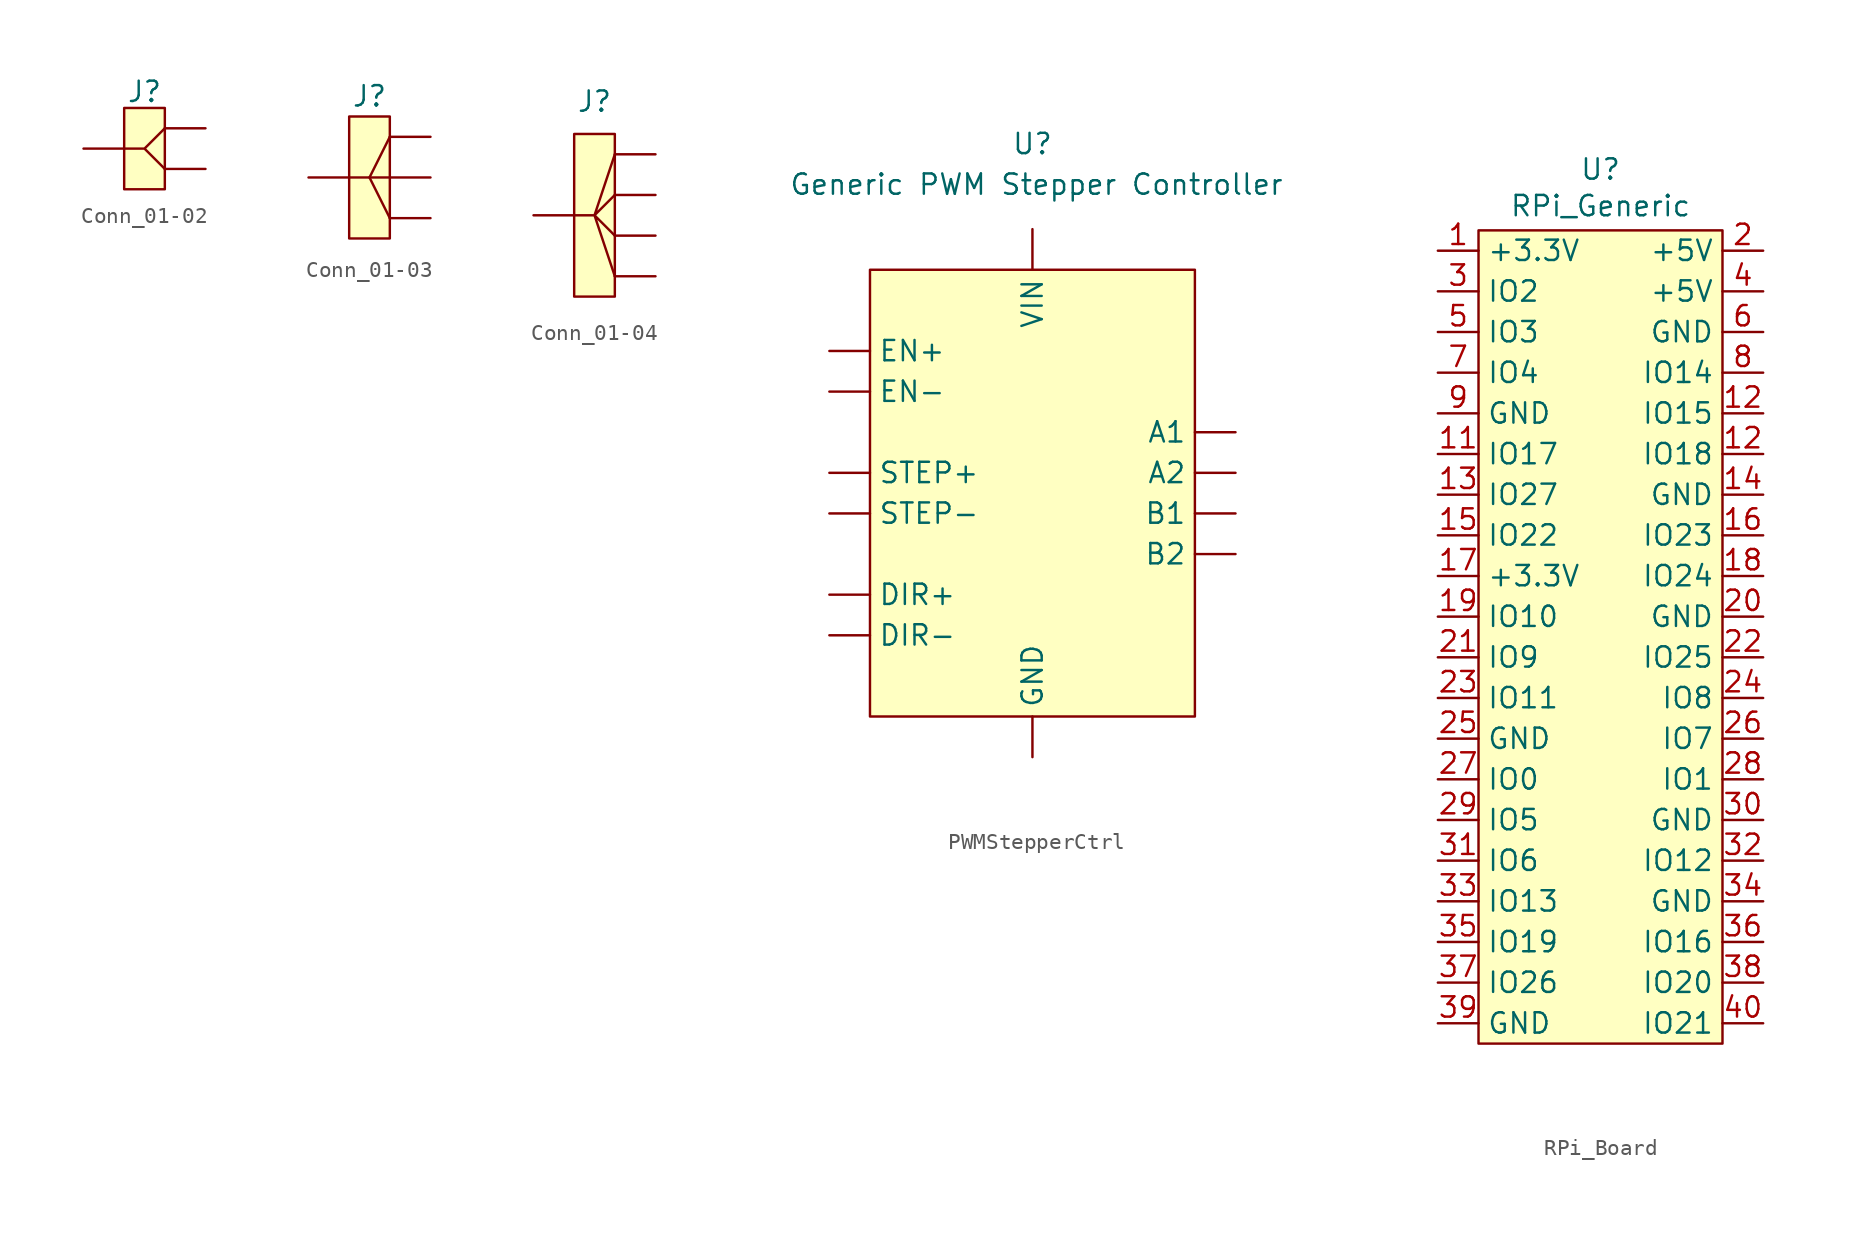
<source format=kicad_sym>
(kicad_symbol_lib
  (version 20241209)
  (generator "kicad_symbol_editor")
  (generator_version "9.0")
  (symbol "Conn_01-02"
    (property "Reference" "J"
      (at 0 3.556 0)
      (effects (font (size 1.27 1.27))))
    (symbol "Conn_01-02_0_1"
      (polyline (pts (xy 1.27 1.27) (xy 0 0) (xy 1.27 -1.27) (xy 0 0) (xy -1.27 0)) (stroke (width 0) (type default)) (fill (type none))))
    (symbol "Conn_01-02_1_1"
      (rectangle (start -1.27 2.54) (end 1.27 -2.54) (stroke (width 0) (type solid)) (fill (type background)))
      (pin passive line (at -3.81 0 0) (length 2.54) (name "" (effects (font (size 1.27 1.27)))) (number "" (effects (font (size 1.27 1.27)))))
      (pin passive line (at 3.81 1.27 180) (length 2.54) (name "" (effects (font (size 1.27 1.27)))) (number "" (effects (font (size 1.27 1.27)))))
      (pin passive line (at 3.81 -1.27 180) (length 2.54) (name "" (effects (font (size 1.27 1.27)))) (number "" (effects (font (size 1.27 1.27)))))))
  (symbol "Conn_01-03"
    (property "Reference" "J"
      (at 0 5.08 0)
      (effects (font (size 1.27 1.27))))
    (symbol "Conn_01-03_0_1"
      (polyline (pts (xy -1.27 0) (xy 0 0) (xy 1.27 2.54)) (stroke (width 0) (type default)) (fill (type none)))
      (polyline (pts (xy 0 0) (xy 1.27 0)) (stroke (width 0) (type default)) (fill (type none)))
      (polyline (pts (xy 0 0) (xy 1.27 -2.54)) (stroke (width 0) (type default)) (fill (type none))))
    (symbol "Conn_01-03_1_1"
      (rectangle (start -1.27 3.81) (end 1.27 -3.81) (stroke (width 0) (type solid)) (fill (type background)))
      (pin passive line (at -3.81 0 0) (length 2.54) (name "" (effects (font (size 1.27 1.27)))) (number "" (effects (font (size 1.27 1.27)))))
      (pin passive line (at 3.81 2.54 180) (length 2.54) (name "" (effects (font (size 1.27 1.27)))) (number "" (effects (font (size 1.27 1.27)))))
      (pin passive line (at 3.81 0 180) (length 2.54) (name "" (effects (font (size 1.27 1.27)))) (number "" (effects (font (size 1.27 1.27)))))
      (pin passive line (at 3.81 -2.54 180) (length 2.54) (name "" (effects (font (size 1.27 1.27)))) (number "" (effects (font (size 1.27 1.27)))))))
  (symbol "Conn_01-04"
    (property "Reference" "J"
      (at 0 7.112 0)
      (effects (font (size 1.27 1.27))))
    (symbol "Conn_01-04_0_1"
      (polyline (pts (xy -1.27 0) (xy 0 0) (xy 1.27 3.81) (xy 0 0) (xy 1.27 1.27) (xy 0 0) (xy 1.27 -1.27) (xy 0 0) (xy 1.27 -3.81)) (stroke (width 0) (type default)) (fill (type none))))
    (symbol "Conn_01-04_1_1"
      (rectangle (start -1.27 5.08) (end 1.27 -5.08) (stroke (width 0) (type solid)) (fill (type background)))
      (pin passive line (at -3.81 0 0) (length 2.54) (name "" (effects (font (size 1.27 1.27)))) (number "" (effects (font (size 1.27 1.27)))))
      (pin passive line (at 3.81 3.81 180) (length 2.54) (name "" (effects (font (size 1.27 1.27)))) (number "" (effects (font (size 1.27 1.27)))))
      (pin passive line (at 3.81 1.27 180) (length 2.54) (name "" (effects (font (size 1.27 1.27)))) (number "" (effects (font (size 1.27 1.27)))))
      (pin passive line (at 3.81 -1.27 180) (length 2.54) (name "" (effects (font (size 1.27 1.27)))) (number "" (effects (font (size 1.27 1.27)))))
      (pin passive line (at 3.81 -3.81 180) (length 2.54) (name "" (effects (font (size 1.27 1.27)))) (number "" (effects (font (size 1.27 1.27)))))))
  (symbol "PWMStepperCtrl"
    (property "Reference" "U"
      (at 0 21.844 0)
      (effects (font (size 1.27 1.27))))
    (property "Value" "Generic PWM Stepper Controller"
      (at 0.254 19.304 0)
      (effects (font (size 1.27 1.27))))
    (symbol "PWMStepperCtrl_1_1"
      (rectangle (start -10.16 13.97) (end 10.16 -13.97) (stroke (width 0) (type solid)) (fill (type background)))
      (pin passive line (at -12.7 8.89 0) (length 2.54) (name "EN+" (effects (font (size 1.27 1.27)))) (number "" (effects (font (size 1.27 1.27)))))
      (pin passive line (at -12.7 6.35 0) (length 2.54) (name "EN-" (effects (font (size 1.27 1.27)))) (number "" (effects (font (size 1.27 1.27)))))
      (pin passive line (at -12.7 1.27 0) (length 2.54) (name "STEP+" (effects (font (size 1.27 1.27)))) (number "" (effects (font (size 1.27 1.27)))))
      (pin passive line (at -12.7 -1.27 0) (length 2.54) (name "STEP-" (effects (font (size 1.27 1.27)))) (number "" (effects (font (size 1.27 1.27)))))
      (pin passive line (at -12.7 -6.35 0) (length 2.54) (name "DIR+" (effects (font (size 1.27 1.27)))) (number "" (effects (font (size 1.27 1.27)))))
      (pin passive line (at -12.7 -8.89 0) (length 2.54) (name "DIR-" (effects (font (size 1.27 1.27)))) (number "" (effects (font (size 1.27 1.27)))))
      (pin power_in line (at 0 16.51 270) (length 2.54) (name "VIN" (effects (font (size 1.27 1.27)))) (number "" (effects (font (size 1.27 1.27)))))
      (pin power_in line (at 0 -16.51 90) (length 2.54) (name "GND" (effects (font (size 1.27 1.27)))) (number "" (effects (font (size 1.27 1.27)))))
      (pin output line (at 12.7 3.81 180) (length 2.54) (name "A1" (effects (font (size 1.27 1.27)))) (number "" (effects (font (size 1.27 1.27)))))
      (pin output line (at 12.7 1.27 180) (length 2.54) (name "A2" (effects (font (size 1.27 1.27)))) (number "" (effects (font (size 1.27 1.27)))))
      (pin output line (at 12.7 -1.27 180) (length 2.54) (name "B1" (effects (font (size 1.27 1.27)))) (number "" (effects (font (size 1.27 1.27)))))
      (pin output line (at 12.7 -3.81 180) (length 2.54) (name "B2" (effects (font (size 1.27 1.27)))) (number "" (effects (font (size 1.27 1.27)))))))
  (symbol "RPi_Board"
    (property "Reference" "U"
      (at 0 29.21 0)
      (effects (font (size 1.27 1.27))))
    (property "Value" "RPi_Generic"
      (at 0 26.924 0)
      (effects (font (size 1.27 1.27))))
    (symbol "RPi_Board_1_1"
      (rectangle (start -7.62 25.4) (end 7.62 -25.4) (stroke (width 0) (type solid)) (fill (type background)))
      (pin bidirectional line (at -10.16 24.13 0) (length 2.54) (name "+3.3V" (effects (font (size 1.27 1.27)))) (number "1" (effects (font (size 1.27 1.27)))))
      (pin bidirectional line (at -10.16 21.59 0) (length 2.54) (name "IO2" (effects (font (size 1.27 1.27)))) (number "3" (effects (font (size 1.27 1.27)))))
      (pin bidirectional line (at -10.16 19.05 0) (length 2.54) (name "IO3" (effects (font (size 1.27 1.27)))) (number "5" (effects (font (size 1.27 1.27)))))
      (pin bidirectional line (at -10.16 16.51 0) (length 2.54) (name "IO4" (effects (font (size 1.27 1.27)))) (number "7" (effects (font (size 1.27 1.27)))))
      (pin power_in line (at -10.16 13.97 0) (length 2.54) (name "GND" (effects (font (size 1.27 1.27)))) (number "9" (effects (font (size 1.27 1.27)))))
      (pin bidirectional line (at -10.16 11.43 0) (length 2.54) (name "IO17" (effects (font (size 1.27 1.27)))) (number "11" (effects (font (size 1.27 1.27)))))
      (pin bidirectional line (at -10.16 8.89 0) (length 2.54) (name "IO27" (effects (font (size 1.27 1.27)))) (number "13" (effects (font (size 1.27 1.27)))))
      (pin bidirectional line (at -10.16 6.35 0) (length 2.54) (name "IO22" (effects (font (size 1.27 1.27)))) (number "15" (effects (font (size 1.27 1.27)))))
      (pin bidirectional line (at -10.16 3.81 0) (length 2.54) (name "+3.3V" (effects (font (size 1.27 1.27)))) (number "17" (effects (font (size 1.27 1.27)))))
      (pin bidirectional line (at -10.16 1.27 0) (length 2.54) (name "IO10" (effects (font (size 1.27 1.27)))) (number "19" (effects (font (size 1.27 1.27)))))
      (pin bidirectional line (at -10.16 -1.27 0) (length 2.54) (name "IO9" (effects (font (size 1.27 1.27)))) (number "21" (effects (font (size 1.27 1.27)))))
      (pin bidirectional line (at -10.16 -3.81 0) (length 2.54) (name "IO11" (effects (font (size 1.27 1.27)))) (number "23" (effects (font (size 1.27 1.27)))))
      (pin power_in line (at -10.16 -6.35 0) (length 2.54) (name "GND" (effects (font (size 1.27 1.27)))) (number "25" (effects (font (size 1.27 1.27)))))
      (pin bidirectional line (at -10.16 -8.89 0) (length 2.54) (name "IO0" (effects (font (size 1.27 1.27)))) (number "27" (effects (font (size 1.27 1.27)))))
      (pin bidirectional line (at -10.16 -11.43 0) (length 2.54) (name "IO5" (effects (font (size 1.27 1.27)))) (number "29" (effects (font (size 1.27 1.27)))))
      (pin bidirectional line (at -10.16 -13.97 0) (length 2.54) (name "IO6" (effects (font (size 1.27 1.27)))) (number "31" (effects (font (size 1.27 1.27)))))
      (pin bidirectional line (at -10.16 -16.51 0) (length 2.54) (name "IO13" (effects (font (size 1.27 1.27)))) (number "33" (effects (font (size 1.27 1.27)))))
      (pin bidirectional line (at -10.16 -19.05 0) (length 2.54) (name "IO19" (effects (font (size 1.27 1.27)))) (number "35" (effects (font (size 1.27 1.27)))))
      (pin bidirectional line (at -10.16 -21.59 0) (length 2.54) (name "IO26" (effects (font (size 1.27 1.27)))) (number "37" (effects (font (size 1.27 1.27)))))
      (pin power_in line (at -10.16 -24.13 0) (length 2.54) (name "GND" (effects (font (size 1.27 1.27)))) (number "39" (effects (font (size 1.27 1.27)))))
      (pin bidirectional line (at 10.16 24.13 180) (length 2.54) (name "+5V" (effects (font (size 1.27 1.27)))) (number "2" (effects (font (size 1.27 1.27)))))
      (pin bidirectional line (at 10.16 21.59 180) (length 2.54) (name "+5V" (effects (font (size 1.27 1.27)))) (number "4" (effects (font (size 1.27 1.27)))))
      (pin power_in line (at 10.16 19.05 180) (length 2.54) (name "GND" (effects (font (size 1.27 1.27)))) (number "6" (effects (font (size 1.27 1.27)))))
      (pin bidirectional line (at 10.16 16.51 180) (length 2.54) (name "IO14" (effects (font (size 1.27 1.27)))) (number "8" (effects (font (size 1.27 1.27)))))
      (pin bidirectional line (at 10.16 13.97 180) (length 2.54) (name "IO15" (effects (font (size 1.27 1.27)))) (number "12" (effects (font (size 1.27 1.27)))))
      (pin bidirectional line (at 10.16 11.43 180) (length 2.54) (name "IO18" (effects (font (size 1.27 1.27)))) (number "12" (effects (font (size 1.27 1.27)))))
      (pin power_in line (at 10.16 8.89 180) (length 2.54) (name "GND" (effects (font (size 1.27 1.27)))) (number "14" (effects (font (size 1.27 1.27)))))
      (pin bidirectional line (at 10.16 6.35 180) (length 2.54) (name "IO23" (effects (font (size 1.27 1.27)))) (number "16" (effects (font (size 1.27 1.27)))))
      (pin bidirectional line (at 10.16 3.81 180) (length 2.54) (name "IO24" (effects (font (size 1.27 1.27)))) (number "18" (effects (font (size 1.27 1.27)))))
      (pin power_in line (at 10.16 1.27 180) (length 2.54) (name "GND" (effects (font (size 1.27 1.27)))) (number "20" (effects (font (size 1.27 1.27)))))
      (pin bidirectional line (at 10.16 -1.27 180) (length 2.54) (name "IO25" (effects (font (size 1.27 1.27)))) (number "22" (effects (font (size 1.27 1.27)))))
      (pin bidirectional line (at 10.16 -3.81 180) (length 2.54) (name "IO8" (effects (font (size 1.27 1.27)))) (number "24" (effects (font (size 1.27 1.27)))))
      (pin bidirectional line (at 10.16 -6.35 180) (length 2.54) (name "IO7" (effects (font (size 1.27 1.27)))) (number "26" (effects (font (size 1.27 1.27)))))
      (pin bidirectional line (at 10.16 -8.89 180) (length 2.54) (name "IO1" (effects (font (size 1.27 1.27)))) (number "28" (effects (font (size 1.27 1.27)))))
      (pin power_in line (at 10.16 -11.43 180) (length 2.54) (name "GND" (effects (font (size 1.27 1.27)))) (number "30" (effects (font (size 1.27 1.27)))))
      (pin bidirectional line (at 10.16 -13.97 180) (length 2.54) (name "IO12" (effects (font (size 1.27 1.27)))) (number "32" (effects (font (size 1.27 1.27)))))
      (pin power_in line (at 10.16 -16.51 180) (length 2.54) (name "GND" (effects (font (size 1.27 1.27)))) (number "34" (effects (font (size 1.27 1.27)))))
      (pin bidirectional line (at 10.16 -19.05 180) (length 2.54) (name "IO16" (effects (font (size 1.27 1.27)))) (number "36" (effects (font (size 1.27 1.27)))))
      (pin bidirectional line (at 10.16 -21.59 180) (length 2.54) (name "IO20" (effects (font (size 1.27 1.27)))) (number "38" (effects (font (size 1.27 1.27)))))
      (pin bidirectional line (at 10.16 -24.13 180) (length 2.54) (name "IO21" (effects (font (size 1.27 1.27)))) (number "40" (effects (font (size 1.27 1.27))))))))
</source>
